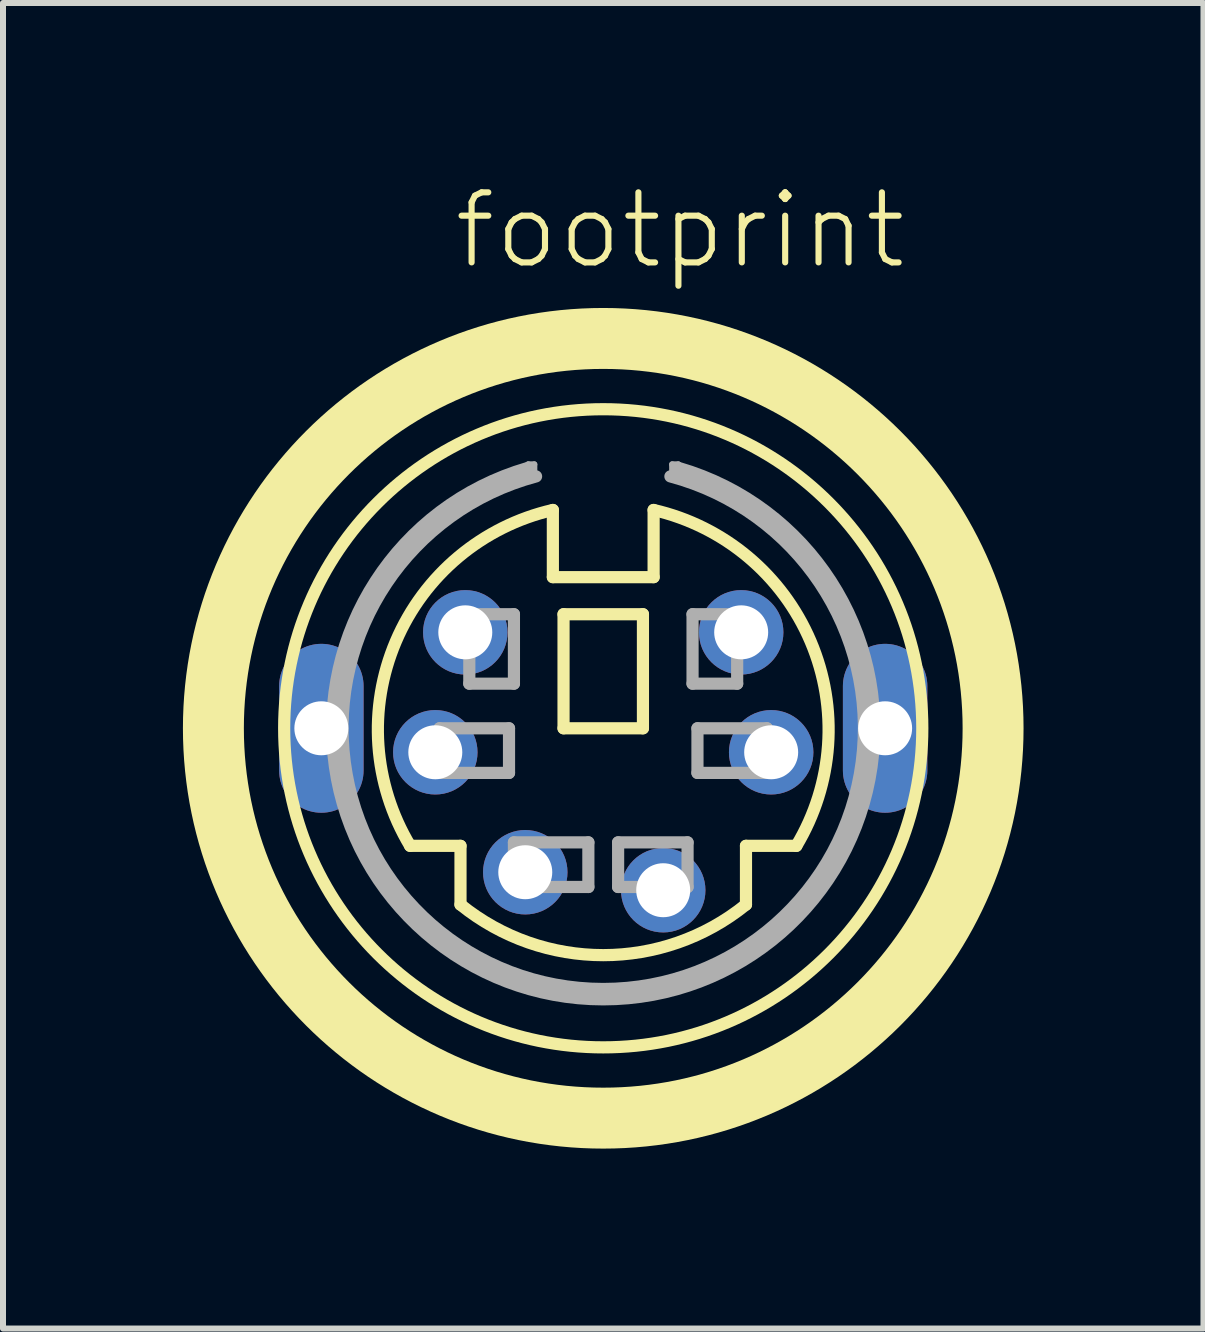
<source format=kicad_pcb>
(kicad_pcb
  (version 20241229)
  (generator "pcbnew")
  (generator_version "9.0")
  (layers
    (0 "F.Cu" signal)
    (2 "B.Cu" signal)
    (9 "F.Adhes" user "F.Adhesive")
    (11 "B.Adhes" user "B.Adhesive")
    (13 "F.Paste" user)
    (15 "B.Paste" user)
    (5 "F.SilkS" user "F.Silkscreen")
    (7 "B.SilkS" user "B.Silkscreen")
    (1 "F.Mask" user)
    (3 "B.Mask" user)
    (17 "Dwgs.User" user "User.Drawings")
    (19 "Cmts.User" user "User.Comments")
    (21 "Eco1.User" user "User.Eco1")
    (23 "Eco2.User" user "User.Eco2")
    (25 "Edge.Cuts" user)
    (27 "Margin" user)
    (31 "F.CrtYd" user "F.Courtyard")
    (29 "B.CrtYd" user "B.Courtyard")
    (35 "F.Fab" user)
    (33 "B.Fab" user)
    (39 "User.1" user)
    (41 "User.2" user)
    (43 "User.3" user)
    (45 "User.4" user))
  (footprint "footprint"
    (layer "F.Cu")
    (at 7.008 9.093)
    (property "Reference" "footprint" (at -2.54 -7.62 0) (layer "F.SilkS") (effects (font (size 1.168 1.168) (thickness 0.102)) (justify left bottom)))
    (fp_line (start -3.22 1.96) (end -2.38 1.96) (stroke (width 0.203) (type solid)) (layer "F.SilkS"))
    (fp_line (start -2.38 1.96) (end -2.38 2.94) (stroke (width 0.203) (type solid)) (layer "F.SilkS"))
    (fp_line (start -0.84 -2.52) (end -0.84 -3.64) (stroke (width 0.203) (type solid)) (layer "F.SilkS"))
    (fp_line (start -0.662 -1.902) (end 0.662 -1.902) (stroke (width 0.203) (type solid)) (layer "F.SilkS"))
    (fp_line (start -0.662 0) (end -0.662 -1.902) (stroke (width 0.203) (type solid)) (layer "F.SilkS"))
    (fp_line (start 0.662 -1.902) (end 0.662 0) (stroke (width 0.203) (type solid)) (layer "F.SilkS"))
    (fp_line (start 0.662 0) (end -0.662 0) (stroke (width 0.203) (type solid)) (layer "F.SilkS"))
    (fp_line (start 0.84 -3.64) (end 0.84 -2.52) (stroke (width 0.203) (type solid)) (layer "F.SilkS"))
    (fp_line (start 0.84 -2.52) (end -0.84 -2.52) (stroke (width 0.203) (type solid)) (layer "F.SilkS"))
    (fp_line (start 2.38 1.96) (end 2.38 2.94) (stroke (width 0.203) (type solid)) (layer "F.SilkS"))
    (fp_line (start 3.22 1.96) (end 2.38 1.96) (stroke (width 0.203) (type solid)) (layer "F.SilkS"))
    (fp_arc (start -3.22 1.96) (mid -3.458453 -1.447093) (end -0.84 -3.64) (stroke (width 0.2032) (type solid)) (layer "F.SilkS"))
    (fp_arc (start 0.84 -3.64) (mid 3.458453 -1.447093) (end 3.22 1.96) (stroke (width 0.2032) (type solid)) (layer "F.SilkS"))
    (fp_arc (start 2.38 2.94) (mid 0 3.782592) (end -2.38 2.94) (stroke (width 0.2032) (type solid)) (layer "F.SilkS"))
    (fp_circle (center 0 0) (end 5.32 0) (stroke (width 0.203) (type solid)) (fill no) (layer "F.SilkS"))
    (fp_circle (center 0 0) (end 6.5 0) (stroke (width 1.016) (type solid)) (fill no) (layer "F.SilkS"))
    (fp_line (start -2.729 0) (end -1.571 0) (stroke (width 0.203) (type solid)) (layer "F.Fab"))
    (fp_line (start -2.729 0.744) (end -2.729 0) (stroke (width 0.203) (type solid)) (layer "F.Fab"))
    (fp_line (start -2.233 -1.902) (end -1.489 -1.902) (stroke (width 0.203) (type solid)) (layer "F.Fab"))
    (fp_line (start -2.233 -0.744) (end -2.233 -1.902) (stroke (width 0.203) (type solid)) (layer "F.Fab"))
    (fp_line (start -1.571 0) (end -1.571 0.744) (stroke (width 0.203) (type solid)) (layer "F.Fab"))
    (fp_line (start -1.571 0.744) (end -2.729 0.744) (stroke (width 0.203) (type solid)) (layer "F.Fab"))
    (fp_line (start -1.489 -1.902) (end -1.489 -0.744) (stroke (width 0.203) (type solid)) (layer "F.Fab"))
    (fp_line (start -1.489 -0.744) (end -2.233 -0.744) (stroke (width 0.203) (type solid)) (layer "F.Fab"))
    (fp_line (start -1.489 1.902) (end -0.248 1.902) (stroke (width 0.203) (type solid)) (layer "F.Fab"))
    (fp_line (start -1.489 2.646) (end -1.489 1.902) (stroke (width 0.203) (type solid)) (layer "F.Fab"))
    (fp_line (start -1.25 -4.4) (end -1.25 -4.2) (stroke (width 0.102) (type solid)) (layer "F.Fab"))
    (fp_line (start -1.15 -4.4) (end -1.25 -4.4) (stroke (width 0.102) (type solid)) (layer "F.Fab"))
    (fp_line (start -1.15 -4.15) (end -1.15 -4.4) (stroke (width 0.102) (type solid)) (layer "F.Fab"))
    (fp_line (start -0.248 1.902) (end -0.248 2.646) (stroke (width 0.203) (type solid)) (layer "F.Fab"))
    (fp_line (start -0.248 2.646) (end -1.489 2.646) (stroke (width 0.203) (type solid)) (layer "F.Fab"))
    (fp_line (start 0.248 1.902) (end 1.406 1.902) (stroke (width 0.203) (type solid)) (layer "F.Fab"))
    (fp_line (start 0.248 2.646) (end 0.248 1.902) (stroke (width 0.203) (type solid)) (layer "F.Fab"))
    (fp_line (start 1.15 -4.4) (end 1.25 -4.4) (stroke (width 0.102) (type solid)) (layer "F.Fab"))
    (fp_line (start 1.15 -4.15) (end 1.15 -4.4) (stroke (width 0.102) (type solid)) (layer "F.Fab"))
    (fp_line (start 1.25 -4.4) (end 1.25 -4.2) (stroke (width 0.102) (type solid)) (layer "F.Fab"))
    (fp_line (start 1.406 1.902) (end 1.406 2.646) (stroke (width 0.203) (type solid)) (layer "F.Fab"))
    (fp_line (start 1.406 2.646) (end 0.248 2.646) (stroke (width 0.203) (type solid)) (layer "F.Fab"))
    (fp_line (start 1.489 -1.902) (end 2.233 -1.902) (stroke (width 0.203) (type solid)) (layer "F.Fab"))
    (fp_line (start 1.489 -0.744) (end 1.489 -1.902) (stroke (width 0.203) (type solid)) (layer "F.Fab"))
    (fp_line (start 1.571 0) (end 2.729 0) (stroke (width 0.203) (type solid)) (layer "F.Fab"))
    (fp_line (start 1.571 0.744) (end 1.571 0) (stroke (width 0.203) (type solid)) (layer "F.Fab"))
    (fp_line (start 2.233 -1.902) (end 2.233 -0.744) (stroke (width 0.203) (type solid)) (layer "F.Fab"))
    (fp_line (start 2.233 -0.744) (end 1.489 -0.744) (stroke (width 0.203) (type solid)) (layer "F.Fab"))
    (fp_line (start 2.729 0) (end 2.729 0.744) (stroke (width 0.203) (type solid)) (layer "F.Fab"))
    (fp_line (start 2.729 0.744) (end 1.571 0.744) (stroke (width 0.203) (type solid)) (layer "F.Fab"))
    (fp_arc (start 1.12 -4.2) (mid 0 4.346769) (end -1.12 -4.2) (stroke (width 0.2032) (type solid)) (layer "F.Fab"))
    (fp_arc (start 1.26 -4.34) (mid 0 4.519203) (end -1.26 -4.34) (stroke (width 0.2032) (type solid)) (layer "F.Fab"))
    (pad "1" thru_hole circle (at 1 2.7) (size 1.408 1.408) (drill 0.9) (layers "*.Cu" "*.Mask"))
    (pad "2" thru_hole circle (at -1.3 2.4) (size 1.408 1.408) (drill 0.9) (layers "*.Cu" "*.Mask"))
    (pad "3" thru_hole circle (at 2.8 0.4) (size 1.408 1.408) (drill 0.9) (layers "*.Cu" "*.Mask"))
    (pad "4" thru_hole circle (at -2.8 0.4) (size 1.408 1.408) (drill 0.9) (layers "*.Cu" "*.Mask"))
    (pad "5" thru_hole circle (at 2.3 -1.6) (size 1.408 1.408) (drill 0.9) (layers "*.Cu" "*.Mask"))
    (pad "6" thru_hole circle (at -2.3 -1.6) (size 1.408 1.408) (drill 0.9) (layers "*.Cu" "*.Mask"))
    (pad "M1" thru_hole oval (at -4.7 0 90) (size 2.816 1.408) (drill 0.9) (layers "*.Cu" "*.Mask"))
    (pad "M2" thru_hole oval (at 4.7 0 90) (size 2.816 1.408) (drill 0.9) (layers "*.Cu" "*.Mask")))
  (gr_rect
    (start -3 -3)
    (end 17.016 19.101)
    (stroke (width 0.1) (type default))
    (fill no)
    (layer "Edge.Cuts")))
</source>
